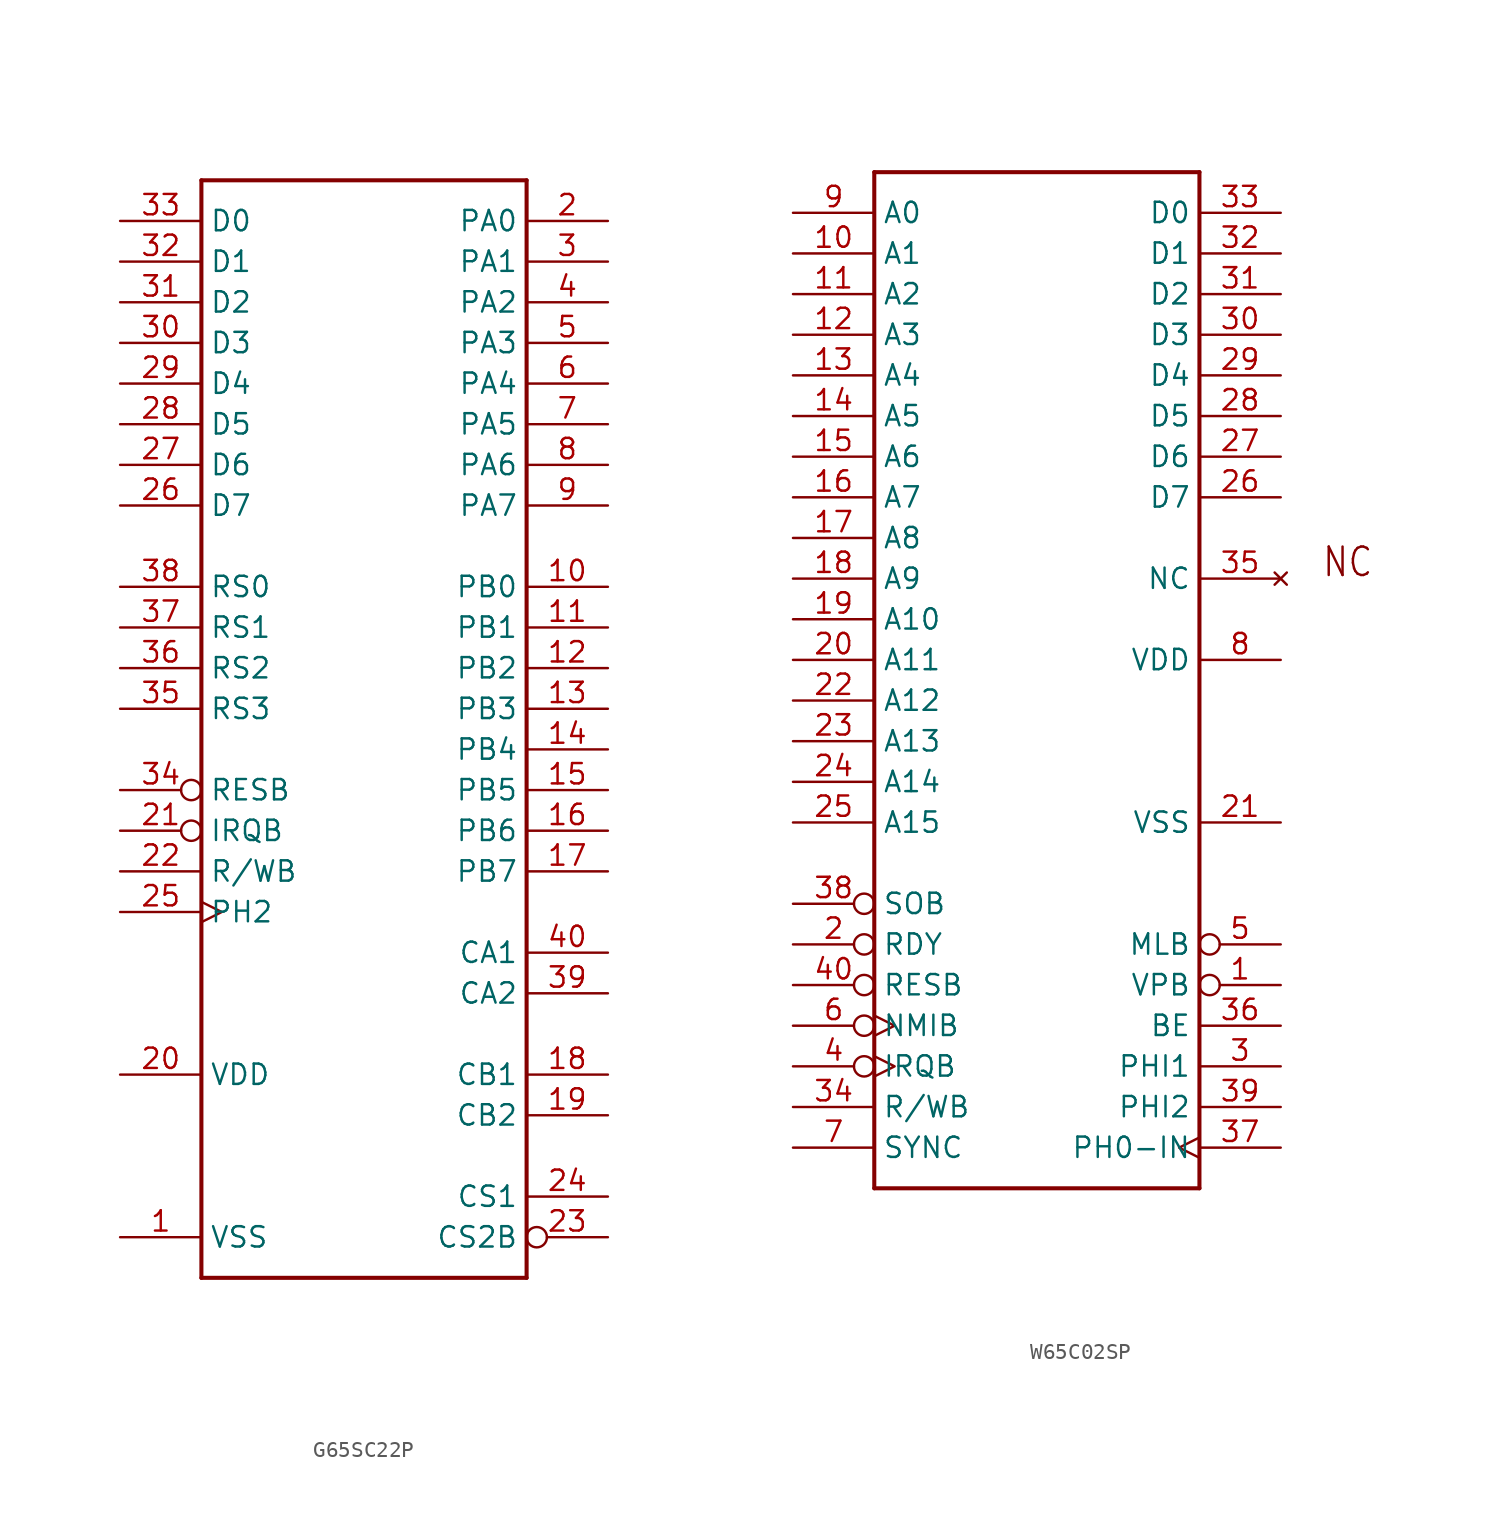
<source format=kicad_sym>
(kicad_symbol_lib
  (version 20231120)
  (generator "kicad_symbol_editor")
  (generator_version "8.0")
  (symbol "G65SC22P"
    (property "Reference" "U"
      (at -10.16 30.48 0)
      (effects (font (size 1.778 1.511)) (justify left top) (hide yes)))
    (property "Value" ""
      (at -10.16 -43.18 0)
      (effects (font (size 1.778 1.511)) (justify left bottom)))
    (property "ki_locked" ""
      (at 0 0 0)
      (effects (font (size 1.27 1.27))))
    (symbol "G65SC22P_1_0"
      (polyline (pts (xy -10.16 -40.64) (xy -10.16 27.94)) (stroke (width 0.254) (type solid)) (fill (type none)))
      (polyline (pts (xy -10.16 27.94) (xy 10.16 27.94)) (stroke (width 0.254) (type solid)) (fill (type none)))
      (polyline (pts (xy 10.16 -40.64) (xy -10.16 -40.64)) (stroke (width 0.254) (type solid)) (fill (type none)))
      (polyline (pts (xy 10.16 27.94) (xy 10.16 -40.64)) (stroke (width 0.254) (type solid)) (fill (type none)))
      (pin power_in line (at -15.24 -38.1 0) (length 5.08) (name "VSS" (effects (font (size 1.27 1.27)))) (number "1" (effects (font (size 1.27 1.27)))))
      (pin bidirectional line (at 15.24 2.54 180) (length 5.08) (name "PB0" (effects (font (size 1.27 1.27)))) (number "10" (effects (font (size 1.27 1.27)))))
      (pin bidirectional line (at 15.24 0 180) (length 5.08) (name "PB1" (effects (font (size 1.27 1.27)))) (number "11" (effects (font (size 1.27 1.27)))))
      (pin bidirectional line (at 15.24 -2.54 180) (length 5.08) (name "PB2" (effects (font (size 1.27 1.27)))) (number "12" (effects (font (size 1.27 1.27)))))
      (pin bidirectional line (at 15.24 -5.08 180) (length 5.08) (name "PB3" (effects (font (size 1.27 1.27)))) (number "13" (effects (font (size 1.27 1.27)))))
      (pin bidirectional line (at 15.24 -7.62 180) (length 5.08) (name "PB4" (effects (font (size 1.27 1.27)))) (number "14" (effects (font (size 1.27 1.27)))))
      (pin bidirectional line (at 15.24 -10.16 180) (length 5.08) (name "PB5" (effects (font (size 1.27 1.27)))) (number "15" (effects (font (size 1.27 1.27)))))
      (pin bidirectional line (at 15.24 -12.7 180) (length 5.08) (name "PB6" (effects (font (size 1.27 1.27)))) (number "16" (effects (font (size 1.27 1.27)))))
      (pin bidirectional line (at 15.24 -15.24 180) (length 5.08) (name "PB7" (effects (font (size 1.27 1.27)))) (number "17" (effects (font (size 1.27 1.27)))))
      (pin bidirectional line (at 15.24 -27.94 180) (length 5.08) (name "CB1" (effects (font (size 1.27 1.27)))) (number "18" (effects (font (size 1.27 1.27)))))
      (pin bidirectional line (at 15.24 -30.48 180) (length 5.08) (name "CB2" (effects (font (size 1.27 1.27)))) (number "19" (effects (font (size 1.27 1.27)))))
      (pin bidirectional line (at 15.24 25.4 180) (length 5.08) (name "PA0" (effects (font (size 1.27 1.27)))) (number "2" (effects (font (size 1.27 1.27)))))
      (pin power_in line (at -15.24 -27.94 0) (length 5.08) (name "VDD" (effects (font (size 1.27 1.27)))) (number "20" (effects (font (size 1.27 1.27)))))
      (pin output inverted (at -15.24 -12.7 0) (length 5.08) (name "IRQB" (effects (font (size 1.27 1.27)))) (number "21" (effects (font (size 1.27 1.27)))))
      (pin input line (at -15.24 -15.24 0) (length 5.08) (name "R/WB" (effects (font (size 1.27 1.27)))) (number "22" (effects (font (size 1.27 1.27)))))
      (pin input inverted (at 15.24 -38.1 180) (length 5.08) (name "CS2B" (effects (font (size 1.27 1.27)))) (number "23" (effects (font (size 1.27 1.27)))))
      (pin input line (at 15.24 -35.56 180) (length 5.08) (name "CS1" (effects (font (size 1.27 1.27)))) (number "24" (effects (font (size 1.27 1.27)))))
      (pin input clock (at -15.24 -17.78 0) (length 5.08) (name "PH2" (effects (font (size 1.27 1.27)))) (number "25" (effects (font (size 1.27 1.27)))))
      (pin bidirectional line (at -15.24 7.62 0) (length 5.08) (name "D7" (effects (font (size 1.27 1.27)))) (number "26" (effects (font (size 1.27 1.27)))))
      (pin bidirectional line (at -15.24 10.16 0) (length 5.08) (name "D6" (effects (font (size 1.27 1.27)))) (number "27" (effects (font (size 1.27 1.27)))))
      (pin bidirectional line (at -15.24 12.7 0) (length 5.08) (name "D5" (effects (font (size 1.27 1.27)))) (number "28" (effects (font (size 1.27 1.27)))))
      (pin bidirectional line (at -15.24 15.24 0) (length 5.08) (name "D4" (effects (font (size 1.27 1.27)))) (number "29" (effects (font (size 1.27 1.27)))))
      (pin bidirectional line (at 15.24 22.86 180) (length 5.08) (name "PA1" (effects (font (size 1.27 1.27)))) (number "3" (effects (font (size 1.27 1.27)))))
      (pin bidirectional line (at -15.24 17.78 0) (length 5.08) (name "D3" (effects (font (size 1.27 1.27)))) (number "30" (effects (font (size 1.27 1.27)))))
      (pin bidirectional line (at -15.24 20.32 0) (length 5.08) (name "D2" (effects (font (size 1.27 1.27)))) (number "31" (effects (font (size 1.27 1.27)))))
      (pin bidirectional line (at -15.24 22.86 0) (length 5.08) (name "D1" (effects (font (size 1.27 1.27)))) (number "32" (effects (font (size 1.27 1.27)))))
      (pin bidirectional line (at -15.24 25.4 0) (length 5.08) (name "D0" (effects (font (size 1.27 1.27)))) (number "33" (effects (font (size 1.27 1.27)))))
      (pin input inverted (at -15.24 -10.16 0) (length 5.08) (name "RESB" (effects (font (size 1.27 1.27)))) (number "34" (effects (font (size 1.27 1.27)))))
      (pin input line (at -15.24 -5.08 0) (length 5.08) (name "RS3" (effects (font (size 1.27 1.27)))) (number "35" (effects (font (size 1.27 1.27)))))
      (pin input line (at -15.24 -2.54 0) (length 5.08) (name "RS2" (effects (font (size 1.27 1.27)))) (number "36" (effects (font (size 1.27 1.27)))))
      (pin input line (at -15.24 0 0) (length 5.08) (name "RS1" (effects (font (size 1.27 1.27)))) (number "37" (effects (font (size 1.27 1.27)))))
      (pin input line (at -15.24 2.54 0) (length 5.08) (name "RS0" (effects (font (size 1.27 1.27)))) (number "38" (effects (font (size 1.27 1.27)))))
      (pin bidirectional line (at 15.24 -22.86 180) (length 5.08) (name "CA2" (effects (font (size 1.27 1.27)))) (number "39" (effects (font (size 1.27 1.27)))))
      (pin bidirectional line (at 15.24 20.32 180) (length 5.08) (name "PA2" (effects (font (size 1.27 1.27)))) (number "4" (effects (font (size 1.27 1.27)))))
      (pin bidirectional line (at 15.24 -20.32 180) (length 5.08) (name "CA1" (effects (font (size 1.27 1.27)))) (number "40" (effects (font (size 1.27 1.27)))))
      (pin bidirectional line (at 15.24 17.78 180) (length 5.08) (name "PA3" (effects (font (size 1.27 1.27)))) (number "5" (effects (font (size 1.27 1.27)))))
      (pin bidirectional line (at 15.24 15.24 180) (length 5.08) (name "PA4" (effects (font (size 1.27 1.27)))) (number "6" (effects (font (size 1.27 1.27)))))
      (pin bidirectional line (at 15.24 12.7 180) (length 5.08) (name "PA5" (effects (font (size 1.27 1.27)))) (number "7" (effects (font (size 1.27 1.27)))))
      (pin bidirectional line (at 15.24 10.16 180) (length 5.08) (name "PA6" (effects (font (size 1.27 1.27)))) (number "8" (effects (font (size 1.27 1.27)))))
      (pin bidirectional line (at 15.24 7.62 180) (length 5.08) (name "PA7" (effects (font (size 1.27 1.27)))) (number "9" (effects (font (size 1.27 1.27)))))))
  (symbol "W65C02SP"
    (property "Reference" "U"
      (at -10.16 27.94 0)
      (effects (font (size 1.778 1.511)) (justify left top) (hide yes)))
    (property "Value" ""
      (at -10.16 -40.64 0)
      (effects (font (size 1.778 1.511)) (justify left bottom)))
    (property "ki_locked" ""
      (at 0 0 0)
      (effects (font (size 1.27 1.27))))
    (symbol "W65C02SP_1_0"
      (polyline (pts (xy -10.16 -38.1) (xy -10.16 25.4)) (stroke (width 0.254) (type solid)) (fill (type none)))
      (polyline (pts (xy -10.16 25.4) (xy 10.16 25.4)) (stroke (width 0.254) (type solid)) (fill (type none)))
      (polyline (pts (xy 10.16 -38.1) (xy -10.16 -38.1)) (stroke (width 0.254) (type solid)) (fill (type none)))
      (polyline (pts (xy 10.16 25.4) (xy 10.16 -38.1)) (stroke (width 0.254) (type solid)) (fill (type none)))
      (text "NC" (at 17.78 0 0) (effects (font (size 1.778 1.511)) (justify left bottom)))
      (pin output inverted (at 15.24 -25.4 180) (length 5.08) (name "VPB" (effects (font (size 1.27 1.27)))) (number "1" (effects (font (size 1.27 1.27)))))
      (pin bidirectional line (at -15.24 20.32 0) (length 5.08) (name "A1" (effects (font (size 1.27 1.27)))) (number "10" (effects (font (size 1.27 1.27)))))
      (pin bidirectional line (at -15.24 17.78 0) (length 5.08) (name "A2" (effects (font (size 1.27 1.27)))) (number "11" (effects (font (size 1.27 1.27)))))
      (pin bidirectional line (at -15.24 15.24 0) (length 5.08) (name "A3" (effects (font (size 1.27 1.27)))) (number "12" (effects (font (size 1.27 1.27)))))
      (pin bidirectional line (at -15.24 12.7 0) (length 5.08) (name "A4" (effects (font (size 1.27 1.27)))) (number "13" (effects (font (size 1.27 1.27)))))
      (pin bidirectional line (at -15.24 10.16 0) (length 5.08) (name "A5" (effects (font (size 1.27 1.27)))) (number "14" (effects (font (size 1.27 1.27)))))
      (pin bidirectional line (at -15.24 7.62 0) (length 5.08) (name "A6" (effects (font (size 1.27 1.27)))) (number "15" (effects (font (size 1.27 1.27)))))
      (pin bidirectional line (at -15.24 5.08 0) (length 5.08) (name "A7" (effects (font (size 1.27 1.27)))) (number "16" (effects (font (size 1.27 1.27)))))
      (pin bidirectional line (at -15.24 2.54 0) (length 5.08) (name "A8" (effects (font (size 1.27 1.27)))) (number "17" (effects (font (size 1.27 1.27)))))
      (pin bidirectional line (at -15.24 0 0) (length 5.08) (name "A9" (effects (font (size 1.27 1.27)))) (number "18" (effects (font (size 1.27 1.27)))))
      (pin bidirectional line (at -15.24 -2.54 0) (length 5.08) (name "A10" (effects (font (size 1.27 1.27)))) (number "19" (effects (font (size 1.27 1.27)))))
      (pin bidirectional inverted (at -15.24 -22.86 0) (length 5.08) (name "RDY" (effects (font (size 1.27 1.27)))) (number "2" (effects (font (size 1.27 1.27)))))
      (pin bidirectional line (at -15.24 -5.08 0) (length 5.08) (name "A11" (effects (font (size 1.27 1.27)))) (number "20" (effects (font (size 1.27 1.27)))))
      (pin power_in line (at 15.24 -15.24 180) (length 5.08) (name "VSS" (effects (font (size 1.27 1.27)))) (number "21" (effects (font (size 1.27 1.27)))))
      (pin bidirectional line (at -15.24 -7.62 0) (length 5.08) (name "A12" (effects (font (size 1.27 1.27)))) (number "22" (effects (font (size 1.27 1.27)))))
      (pin bidirectional line (at -15.24 -10.16 0) (length 5.08) (name "A13" (effects (font (size 1.27 1.27)))) (number "23" (effects (font (size 1.27 1.27)))))
      (pin bidirectional line (at -15.24 -12.7 0) (length 5.08) (name "A14" (effects (font (size 1.27 1.27)))) (number "24" (effects (font (size 1.27 1.27)))))
      (pin bidirectional line (at -15.24 -15.24 0) (length 5.08) (name "A15" (effects (font (size 1.27 1.27)))) (number "25" (effects (font (size 1.27 1.27)))))
      (pin bidirectional line (at 15.24 5.08 180) (length 5.08) (name "D7" (effects (font (size 1.27 1.27)))) (number "26" (effects (font (size 1.27 1.27)))))
      (pin bidirectional line (at 15.24 7.62 180) (length 5.08) (name "D6" (effects (font (size 1.27 1.27)))) (number "27" (effects (font (size 1.27 1.27)))))
      (pin bidirectional line (at 15.24 10.16 180) (length 5.08) (name "D5" (effects (font (size 1.27 1.27)))) (number "28" (effects (font (size 1.27 1.27)))))
      (pin bidirectional line (at 15.24 12.7 180) (length 5.08) (name "D4" (effects (font (size 1.27 1.27)))) (number "29" (effects (font (size 1.27 1.27)))))
      (pin output line (at 15.24 -30.48 180) (length 5.08) (name "PHI1" (effects (font (size 1.27 1.27)))) (number "3" (effects (font (size 1.27 1.27)))))
      (pin bidirectional line (at 15.24 15.24 180) (length 5.08) (name "D3" (effects (font (size 1.27 1.27)))) (number "30" (effects (font (size 1.27 1.27)))))
      (pin bidirectional line (at 15.24 17.78 180) (length 5.08) (name "D2" (effects (font (size 1.27 1.27)))) (number "31" (effects (font (size 1.27 1.27)))))
      (pin bidirectional line (at 15.24 20.32 180) (length 5.08) (name "D1" (effects (font (size 1.27 1.27)))) (number "32" (effects (font (size 1.27 1.27)))))
      (pin bidirectional line (at 15.24 22.86 180) (length 5.08) (name "D0" (effects (font (size 1.27 1.27)))) (number "33" (effects (font (size 1.27 1.27)))))
      (pin output line (at -15.24 -33.02 0) (length 5.08) (name "R/WB" (effects (font (size 1.27 1.27)))) (number "34" (effects (font (size 1.27 1.27)))))
      (pin no_connect line (at 15.24 0 180) (length 5.08) (name "NC" (effects (font (size 1.27 1.27)))) (number "35" (effects (font (size 1.27 1.27)))))
      (pin input line (at 15.24 -27.94 180) (length 5.08) (name "BE" (effects (font (size 1.27 1.27)))) (number "36" (effects (font (size 1.27 1.27)))))
      (pin input clock (at 15.24 -35.56 180) (length 5.08) (name "PH0-IN" (effects (font (size 1.27 1.27)))) (number "37" (effects (font (size 1.27 1.27)))))
      (pin input inverted (at -15.24 -20.32 0) (length 5.08) (name "SOB" (effects (font (size 1.27 1.27)))) (number "38" (effects (font (size 1.27 1.27)))))
      (pin output line (at 15.24 -33.02 180) (length 5.08) (name "PHI2" (effects (font (size 1.27 1.27)))) (number "39" (effects (font (size 1.27 1.27)))))
      (pin input inverted_clock (at -15.24 -30.48 0) (length 5.08) (name "IRQB" (effects (font (size 1.27 1.27)))) (number "4" (effects (font (size 1.27 1.27)))))
      (pin input inverted (at -15.24 -25.4 0) (length 5.08) (name "RESB" (effects (font (size 1.27 1.27)))) (number "40" (effects (font (size 1.27 1.27)))))
      (pin output inverted (at 15.24 -22.86 180) (length 5.08) (name "MLB" (effects (font (size 1.27 1.27)))) (number "5" (effects (font (size 1.27 1.27)))))
      (pin input inverted_clock (at -15.24 -27.94 0) (length 5.08) (name "NMIB" (effects (font (size 1.27 1.27)))) (number "6" (effects (font (size 1.27 1.27)))))
      (pin output line (at -15.24 -35.56 0) (length 5.08) (name "SYNC" (effects (font (size 1.27 1.27)))) (number "7" (effects (font (size 1.27 1.27)))))
      (pin power_in line (at 15.24 -5.08 180) (length 5.08) (name "VDD" (effects (font (size 1.27 1.27)))) (number "8" (effects (font (size 1.27 1.27)))))
      (pin bidirectional line (at -15.24 22.86 0) (length 5.08) (name "A0" (effects (font (size 1.27 1.27)))) (number "9" (effects (font (size 1.27 1.27))))))))
</source>
